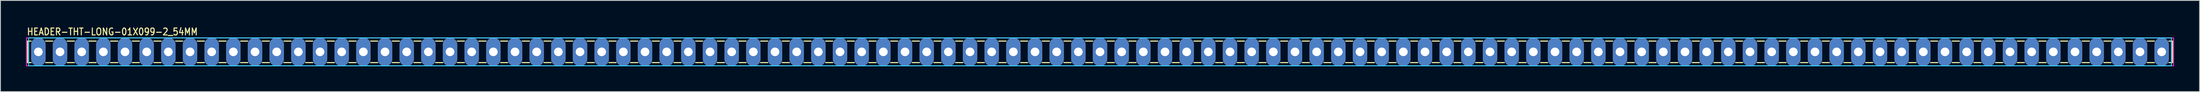
<source format=kicad_pcb>
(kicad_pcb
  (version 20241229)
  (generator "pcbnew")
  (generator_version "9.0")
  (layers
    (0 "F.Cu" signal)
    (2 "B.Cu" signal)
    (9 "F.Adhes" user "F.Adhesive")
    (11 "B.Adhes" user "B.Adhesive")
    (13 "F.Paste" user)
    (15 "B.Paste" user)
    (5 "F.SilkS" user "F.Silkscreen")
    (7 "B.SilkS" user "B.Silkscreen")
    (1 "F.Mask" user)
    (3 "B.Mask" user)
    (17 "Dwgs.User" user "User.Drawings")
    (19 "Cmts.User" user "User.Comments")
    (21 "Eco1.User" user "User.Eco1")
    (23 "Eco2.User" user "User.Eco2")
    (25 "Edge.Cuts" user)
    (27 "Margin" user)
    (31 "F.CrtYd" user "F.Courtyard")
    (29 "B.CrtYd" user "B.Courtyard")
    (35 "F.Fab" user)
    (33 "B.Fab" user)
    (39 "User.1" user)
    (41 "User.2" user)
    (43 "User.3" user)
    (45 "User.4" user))
  (footprint "HEADER-THT-LONG-01X099-2_54MM"
    (layer "F.Cu")
    (at 1.447 3.079)
    (property "Reference" "HEADER-THT-LONG-01X099-2_54MM" (at -1.4 -1.9 0) (unlocked yes) (layer "F.SilkS") (effects (font (size 0.813 0.695) (thickness 0.122)) (justify left bottom)))
    (fp_line (start -1.27 -1.27) (end -1.27 1.27) (stroke (width 0.127) (type solid)) (layer "F.SilkS"))
    (fp_line (start -1.27 1.27) (end -0.85 1.27) (stroke (width 0.127) (type solid)) (layer "F.SilkS"))
    (fp_line (start -0.85 -1.27) (end -1.27 -1.27) (stroke (width 0.127) (type solid)) (layer "F.SilkS"))
    (fp_line (start 0.85 -1.27) (end 1.69 -1.27) (stroke (width 0.127) (type solid)) (layer "F.SilkS"))
    (fp_line (start 0.85 1.27) (end 1.69 1.27) (stroke (width 0.127) (type solid)) (layer "F.SilkS"))
    (fp_line (start 3.39 -1.27) (end 4.23 -1.27) (stroke (width 0.127) (type solid)) (layer "F.SilkS"))
    (fp_line (start 3.39 1.27) (end 4.23 1.27) (stroke (width 0.127) (type solid)) (layer "F.SilkS"))
    (fp_line (start 5.93 -1.27) (end 6.77 -1.27) (stroke (width 0.127) (type solid)) (layer "F.SilkS"))
    (fp_line (start 5.93 1.27) (end 6.77 1.27) (stroke (width 0.127) (type solid)) (layer "F.SilkS"))
    (fp_line (start 8.47 -1.27) (end 9.31 -1.27) (stroke (width 0.127) (type solid)) (layer "F.SilkS"))
    (fp_line (start 8.47 1.27) (end 9.31 1.27) (stroke (width 0.127) (type solid)) (layer "F.SilkS"))
    (fp_line (start 11.01 -1.27) (end 11.85 -1.27) (stroke (width 0.127) (type solid)) (layer "F.SilkS"))
    (fp_line (start 11.01 1.27) (end 11.85 1.27) (stroke (width 0.127) (type solid)) (layer "F.SilkS"))
    (fp_line (start 13.55 -1.27) (end 14.39 -1.27) (stroke (width 0.127) (type solid)) (layer "F.SilkS"))
    (fp_line (start 13.55 1.27) (end 14.39 1.27) (stroke (width 0.127) (type solid)) (layer "F.SilkS"))
    (fp_line (start 16.09 -1.27) (end 16.93 -1.27) (stroke (width 0.127) (type solid)) (layer "F.SilkS"))
    (fp_line (start 16.09 1.27) (end 16.93 1.27) (stroke (width 0.127) (type solid)) (layer "F.SilkS"))
    (fp_line (start 18.63 -1.27) (end 19.47 -1.27) (stroke (width 0.127) (type solid)) (layer "F.SilkS"))
    (fp_line (start 18.63 1.27) (end 19.47 1.27) (stroke (width 0.127) (type solid)) (layer "F.SilkS"))
    (fp_line (start 21.17 -1.27) (end 22.01 -1.27) (stroke (width 0.127) (type solid)) (layer "F.SilkS"))
    (fp_line (start 21.17 1.27) (end 22.01 1.27) (stroke (width 0.127) (type solid)) (layer "F.SilkS"))
    (fp_line (start 23.71 -1.27) (end 24.55 -1.27) (stroke (width 0.127) (type solid)) (layer "F.SilkS"))
    (fp_line (start 23.71 1.27) (end 24.55 1.27) (stroke (width 0.127) (type solid)) (layer "F.SilkS"))
    (fp_line (start 26.25 -1.27) (end 27.09 -1.27) (stroke (width 0.127) (type solid)) (layer "F.SilkS"))
    (fp_line (start 26.25 1.27) (end 27.09 1.27) (stroke (width 0.127) (type solid)) (layer "F.SilkS"))
    (fp_line (start 28.79 -1.27) (end 29.63 -1.27) (stroke (width 0.127) (type solid)) (layer "F.SilkS"))
    (fp_line (start 28.79 1.27) (end 29.63 1.27) (stroke (width 0.127) (type solid)) (layer "F.SilkS"))
    (fp_line (start 31.33 -1.27) (end 32.17 -1.27) (stroke (width 0.127) (type solid)) (layer "F.SilkS"))
    (fp_line (start 31.33 1.27) (end 32.17 1.27) (stroke (width 0.127) (type solid)) (layer "F.SilkS"))
    (fp_line (start 33.87 -1.27) (end 34.71 -1.27) (stroke (width 0.127) (type solid)) (layer "F.SilkS"))
    (fp_line (start 33.87 1.27) (end 34.71 1.27) (stroke (width 0.127) (type solid)) (layer "F.SilkS"))
    (fp_line (start 36.41 -1.27) (end 37.25 -1.27) (stroke (width 0.127) (type solid)) (layer "F.SilkS"))
    (fp_line (start 36.41 1.27) (end 37.25 1.27) (stroke (width 0.127) (type solid)) (layer "F.SilkS"))
    (fp_line (start 38.95 -1.27) (end 39.79 -1.27) (stroke (width 0.127) (type solid)) (layer "F.SilkS"))
    (fp_line (start 38.95 1.27) (end 39.79 1.27) (stroke (width 0.127) (type solid)) (layer "F.SilkS"))
    (fp_line (start 41.49 -1.27) (end 42.33 -1.27) (stroke (width 0.127) (type solid)) (layer "F.SilkS"))
    (fp_line (start 41.49 1.27) (end 42.33 1.27) (stroke (width 0.127) (type solid)) (layer "F.SilkS"))
    (fp_line (start 44.03 -1.27) (end 44.87 -1.27) (stroke (width 0.127) (type solid)) (layer "F.SilkS"))
    (fp_line (start 44.03 1.27) (end 44.87 1.27) (stroke (width 0.127) (type solid)) (layer "F.SilkS"))
    (fp_line (start 46.57 -1.27) (end 47.41 -1.27) (stroke (width 0.127) (type solid)) (layer "F.SilkS"))
    (fp_line (start 46.57 1.27) (end 47.41 1.27) (stroke (width 0.127) (type solid)) (layer "F.SilkS"))
    (fp_line (start 49.11 -1.27) (end 49.95 -1.27) (stroke (width 0.127) (type solid)) (layer "F.SilkS"))
    (fp_line (start 49.11 1.27) (end 49.95 1.27) (stroke (width 0.127) (type solid)) (layer "F.SilkS"))
    (fp_line (start 51.65 -1.27) (end 52.49 -1.27) (stroke (width 0.127) (type solid)) (layer "F.SilkS"))
    (fp_line (start 51.65 1.27) (end 52.49 1.27) (stroke (width 0.127) (type solid)) (layer "F.SilkS"))
    (fp_line (start 54.19 -1.27) (end 55.03 -1.27) (stroke (width 0.127) (type solid)) (layer "F.SilkS"))
    (fp_line (start 54.19 1.27) (end 55.03 1.27) (stroke (width 0.127) (type solid)) (layer "F.SilkS"))
    (fp_line (start 56.73 -1.27) (end 57.57 -1.27) (stroke (width 0.127) (type solid)) (layer "F.SilkS"))
    (fp_line (start 56.73 1.27) (end 57.57 1.27) (stroke (width 0.127) (type solid)) (layer "F.SilkS"))
    (fp_line (start 59.27 -1.27) (end 60.11 -1.27) (stroke (width 0.127) (type solid)) (layer "F.SilkS"))
    (fp_line (start 59.27 1.27) (end 60.11 1.27) (stroke (width 0.127) (type solid)) (layer "F.SilkS"))
    (fp_line (start 61.81 -1.27) (end 62.65 -1.27) (stroke (width 0.127) (type solid)) (layer "F.SilkS"))
    (fp_line (start 61.81 1.27) (end 62.65 1.27) (stroke (width 0.127) (type solid)) (layer "F.SilkS"))
    (fp_line (start 64.35 -1.27) (end 65.19 -1.27) (stroke (width 0.127) (type solid)) (layer "F.SilkS"))
    (fp_line (start 64.35 1.27) (end 65.19 1.27) (stroke (width 0.127) (type solid)) (layer "F.SilkS"))
    (fp_line (start 66.89 -1.27) (end 67.73 -1.27) (stroke (width 0.127) (type solid)) (layer "F.SilkS"))
    (fp_line (start 66.89 1.27) (end 67.73 1.27) (stroke (width 0.127) (type solid)) (layer "F.SilkS"))
    (fp_line (start 69.43 -1.27) (end 70.27 -1.27) (stroke (width 0.127) (type solid)) (layer "F.SilkS"))
    (fp_line (start 69.43 1.27) (end 70.27 1.27) (stroke (width 0.127) (type solid)) (layer "F.SilkS"))
    (fp_line (start 71.97 -1.27) (end 72.81 -1.27) (stroke (width 0.127) (type solid)) (layer "F.SilkS"))
    (fp_line (start 71.97 1.27) (end 72.81 1.27) (stroke (width 0.127) (type solid)) (layer "F.SilkS"))
    (fp_line (start 74.51 -1.27) (end 75.35 -1.27) (stroke (width 0.127) (type solid)) (layer "F.SilkS"))
    (fp_line (start 74.51 1.27) (end 75.35 1.27) (stroke (width 0.127) (type solid)) (layer "F.SilkS"))
    (fp_line (start 77.05 -1.27) (end 77.89 -1.27) (stroke (width 0.127) (type solid)) (layer "F.SilkS"))
    (fp_line (start 77.05 1.27) (end 77.89 1.27) (stroke (width 0.127) (type solid)) (layer "F.SilkS"))
    (fp_line (start 79.59 -1.27) (end 80.43 -1.27) (stroke (width 0.127) (type solid)) (layer "F.SilkS"))
    (fp_line (start 79.59 1.27) (end 80.43 1.27) (stroke (width 0.127) (type solid)) (layer "F.SilkS"))
    (fp_line (start 82.13 -1.27) (end 82.97 -1.27) (stroke (width 0.127) (type solid)) (layer "F.SilkS"))
    (fp_line (start 82.13 1.27) (end 82.97 1.27) (stroke (width 0.127) (type solid)) (layer "F.SilkS"))
    (fp_line (start 84.67 -1.27) (end 85.51 -1.27) (stroke (width 0.127) (type solid)) (layer "F.SilkS"))
    (fp_line (start 84.67 1.27) (end 85.51 1.27) (stroke (width 0.127) (type solid)) (layer "F.SilkS"))
    (fp_line (start 87.21 -1.27) (end 88.05 -1.27) (stroke (width 0.127) (type solid)) (layer "F.SilkS"))
    (fp_line (start 87.21 1.27) (end 88.05 1.27) (stroke (width 0.127) (type solid)) (layer "F.SilkS"))
    (fp_line (start 89.75 -1.27) (end 90.59 -1.27) (stroke (width 0.127) (type solid)) (layer "F.SilkS"))
    (fp_line (start 89.75 1.27) (end 90.59 1.27) (stroke (width 0.127) (type solid)) (layer "F.SilkS"))
    (fp_line (start 92.29 -1.27) (end 93.13 -1.27) (stroke (width 0.127) (type solid)) (layer "F.SilkS"))
    (fp_line (start 92.29 1.27) (end 93.13 1.27) (stroke (width 0.127) (type solid)) (layer "F.SilkS"))
    (fp_line (start 94.83 -1.27) (end 95.67 -1.27) (stroke (width 0.127) (type solid)) (layer "F.SilkS"))
    (fp_line (start 94.83 1.27) (end 95.67 1.27) (stroke (width 0.127) (type solid)) (layer "F.SilkS"))
    (fp_line (start 97.37 -1.27) (end 98.21 -1.27) (stroke (width 0.127) (type solid)) (layer "F.SilkS"))
    (fp_line (start 97.37 1.27) (end 98.21 1.27) (stroke (width 0.127) (type solid)) (layer "F.SilkS"))
    (fp_line (start 99.91 -1.27) (end 100.75 -1.27) (stroke (width 0.127) (type solid)) (layer "F.SilkS"))
    (fp_line (start 99.91 1.27) (end 100.75 1.27) (stroke (width 0.127) (type solid)) (layer "F.SilkS"))
    (fp_line (start 102.45 -1.27) (end 103.29 -1.27) (stroke (width 0.127) (type solid)) (layer "F.SilkS"))
    (fp_line (start 102.45 1.27) (end 103.29 1.27) (stroke (width 0.127) (type solid)) (layer "F.SilkS"))
    (fp_line (start 104.99 -1.27) (end 105.83 -1.27) (stroke (width 0.127) (type solid)) (layer "F.SilkS"))
    (fp_line (start 104.99 1.27) (end 105.83 1.27) (stroke (width 0.127) (type solid)) (layer "F.SilkS"))
    (fp_line (start 107.53 -1.27) (end 108.37 -1.27) (stroke (width 0.127) (type solid)) (layer "F.SilkS"))
    (fp_line (start 107.53 1.27) (end 108.37 1.27) (stroke (width 0.127) (type solid)) (layer "F.SilkS"))
    (fp_line (start 110.07 -1.27) (end 110.91 -1.27) (stroke (width 0.127) (type solid)) (layer "F.SilkS"))
    (fp_line (start 110.07 1.27) (end 110.91 1.27) (stroke (width 0.127) (type solid)) (layer "F.SilkS"))
    (fp_line (start 112.61 -1.27) (end 113.45 -1.27) (stroke (width 0.127) (type solid)) (layer "F.SilkS"))
    (fp_line (start 112.61 1.27) (end 113.45 1.27) (stroke (width 0.127) (type solid)) (layer "F.SilkS"))
    (fp_line (start 115.15 -1.27) (end 115.99 -1.27) (stroke (width 0.127) (type solid)) (layer "F.SilkS"))
    (fp_line (start 115.15 1.27) (end 115.99 1.27) (stroke (width 0.127) (type solid)) (layer "F.SilkS"))
    (fp_line (start 117.69 -1.27) (end 118.53 -1.27) (stroke (width 0.127) (type solid)) (layer "F.SilkS"))
    (fp_line (start 117.69 1.27) (end 118.53 1.27) (stroke (width 0.127) (type solid)) (layer "F.SilkS"))
    (fp_line (start 120.23 -1.27) (end 121.07 -1.27) (stroke (width 0.127) (type solid)) (layer "F.SilkS"))
    (fp_line (start 120.23 1.27) (end 121.07 1.27) (stroke (width 0.127) (type solid)) (layer "F.SilkS"))
    (fp_line (start 122.77 -1.27) (end 123.61 -1.27) (stroke (width 0.127) (type solid)) (layer "F.SilkS"))
    (fp_line (start 122.77 1.27) (end 123.61 1.27) (stroke (width 0.127) (type solid)) (layer "F.SilkS"))
    (fp_line (start 125.31 -1.27) (end 126.15 -1.27) (stroke (width 0.127) (type solid)) (layer "F.SilkS"))
    (fp_line (start 125.31 1.27) (end 126.15 1.27) (stroke (width 0.127) (type solid)) (layer "F.SilkS"))
    (fp_line (start 127.85 -1.27) (end 128.69 -1.27) (stroke (width 0.127) (type solid)) (layer "F.SilkS"))
    (fp_line (start 127.85 1.27) (end 128.69 1.27) (stroke (width 0.127) (type solid)) (layer "F.SilkS"))
    (fp_line (start 130.39 -1.27) (end 131.23 -1.27) (stroke (width 0.127) (type solid)) (layer "F.SilkS"))
    (fp_line (start 130.39 1.27) (end 131.23 1.27) (stroke (width 0.127) (type solid)) (layer "F.SilkS"))
    (fp_line (start 132.93 -1.27) (end 133.77 -1.27) (stroke (width 0.127) (type solid)) (layer "F.SilkS"))
    (fp_line (start 132.93 1.27) (end 133.77 1.27) (stroke (width 0.127) (type solid)) (layer "F.SilkS"))
    (fp_line (start 135.47 -1.27) (end 136.31 -1.27) (stroke (width 0.127) (type solid)) (layer "F.SilkS"))
    (fp_line (start 135.47 1.27) (end 136.31 1.27) (stroke (width 0.127) (type solid)) (layer "F.SilkS"))
    (fp_line (start 138.01 -1.27) (end 138.85 -1.27) (stroke (width 0.127) (type solid)) (layer "F.SilkS"))
    (fp_line (start 138.01 1.27) (end 138.85 1.27) (stroke (width 0.127) (type solid)) (layer "F.SilkS"))
    (fp_line (start 140.55 -1.27) (end 141.39 -1.27) (stroke (width 0.127) (type solid)) (layer "F.SilkS"))
    (fp_line (start 140.55 1.27) (end 141.39 1.27) (stroke (width 0.127) (type solid)) (layer "F.SilkS"))
    (fp_line (start 143.09 -1.27) (end 143.93 -1.27) (stroke (width 0.127) (type solid)) (layer "F.SilkS"))
    (fp_line (start 143.09 1.27) (end 143.93 1.27) (stroke (width 0.127) (type solid)) (layer "F.SilkS"))
    (fp_line (start 145.63 -1.27) (end 146.47 -1.27) (stroke (width 0.127) (type solid)) (layer "F.SilkS"))
    (fp_line (start 145.63 1.27) (end 146.47 1.27) (stroke (width 0.127) (type solid)) (layer "F.SilkS"))
    (fp_line (start 148.17 -1.27) (end 149.01 -1.27) (stroke (width 0.127) (type solid)) (layer "F.SilkS"))
    (fp_line (start 148.17 1.27) (end 149.01 1.27) (stroke (width 0.127) (type solid)) (layer "F.SilkS"))
    (fp_line (start 150.71 -1.27) (end 151.55 -1.27) (stroke (width 0.127) (type solid)) (layer "F.SilkS"))
    (fp_line (start 150.71 1.27) (end 151.55 1.27) (stroke (width 0.127) (type solid)) (layer "F.SilkS"))
    (fp_line (start 153.25 -1.27) (end 154.09 -1.27) (stroke (width 0.127) (type solid)) (layer "F.SilkS"))
    (fp_line (start 153.25 1.27) (end 154.09 1.27) (stroke (width 0.127) (type solid)) (layer "F.SilkS"))
    (fp_line (start 155.79 -1.27) (end 156.63 -1.27) (stroke (width 0.127) (type solid)) (layer "F.SilkS"))
    (fp_line (start 155.79 1.27) (end 156.63 1.27) (stroke (width 0.127) (type solid)) (layer "F.SilkS"))
    (fp_line (start 158.33 -1.27) (end 159.17 -1.27) (stroke (width 0.127) (type solid)) (layer "F.SilkS"))
    (fp_line (start 158.33 1.27) (end 159.17 1.27) (stroke (width 0.127) (type solid)) (layer "F.SilkS"))
    (fp_line (start 160.87 -1.27) (end 161.71 -1.27) (stroke (width 0.127) (type solid)) (layer "F.SilkS"))
    (fp_line (start 160.87 1.27) (end 161.71 1.27) (stroke (width 0.127) (type solid)) (layer "F.SilkS"))
    (fp_line (start 163.41 -1.27) (end 164.25 -1.27) (stroke (width 0.127) (type solid)) (layer "F.SilkS"))
    (fp_line (start 163.41 1.27) (end 164.25 1.27) (stroke (width 0.127) (type solid)) (layer "F.SilkS"))
    (fp_line (start 165.95 -1.27) (end 166.79 -1.27) (stroke (width 0.127) (type solid)) (layer "F.SilkS"))
    (fp_line (start 165.95 1.27) (end 166.79 1.27) (stroke (width 0.127) (type solid)) (layer "F.SilkS"))
    (fp_line (start 168.49 -1.27) (end 169.33 -1.27) (stroke (width 0.127) (type solid)) (layer "F.SilkS"))
    (fp_line (start 168.49 1.27) (end 169.33 1.27) (stroke (width 0.127) (type solid)) (layer "F.SilkS"))
    (fp_line (start 171.03 -1.27) (end 171.87 -1.27) (stroke (width 0.127) (type solid)) (layer "F.SilkS"))
    (fp_line (start 171.03 1.27) (end 171.87 1.27) (stroke (width 0.127) (type solid)) (layer "F.SilkS"))
    (fp_line (start 173.57 -1.27) (end 174.41 -1.27) (stroke (width 0.127) (type solid)) (layer "F.SilkS"))
    (fp_line (start 173.57 1.27) (end 174.41 1.27) (stroke (width 0.127) (type solid)) (layer "F.SilkS"))
    (fp_line (start 176.11 -1.27) (end 176.95 -1.27) (stroke (width 0.127) (type solid)) (layer "F.SilkS"))
    (fp_line (start 176.11 1.27) (end 176.95 1.27) (stroke (width 0.127) (type solid)) (layer "F.SilkS"))
    (fp_line (start 178.65 -1.27) (end 179.49 -1.27) (stroke (width 0.127) (type solid)) (layer "F.SilkS"))
    (fp_line (start 178.65 1.27) (end 179.49 1.27) (stroke (width 0.127) (type solid)) (layer "F.SilkS"))
    (fp_line (start 181.19 -1.27) (end 182.03 -1.27) (stroke (width 0.127) (type solid)) (layer "F.SilkS"))
    (fp_line (start 181.19 1.27) (end 182.03 1.27) (stroke (width 0.127) (type solid)) (layer "F.SilkS"))
    (fp_line (start 183.73 -1.27) (end 184.57 -1.27) (stroke (width 0.127) (type solid)) (layer "F.SilkS"))
    (fp_line (start 183.73 1.27) (end 184.57 1.27) (stroke (width 0.127) (type solid)) (layer "F.SilkS"))
    (fp_line (start 186.27 -1.27) (end 187.11 -1.27) (stroke (width 0.127) (type solid)) (layer "F.SilkS"))
    (fp_line (start 186.27 1.27) (end 187.11 1.27) (stroke (width 0.127) (type solid)) (layer "F.SilkS"))
    (fp_line (start 188.81 -1.27) (end 189.65 -1.27) (stroke (width 0.127) (type solid)) (layer "F.SilkS"))
    (fp_line (start 188.81 1.27) (end 189.65 1.27) (stroke (width 0.127) (type solid)) (layer "F.SilkS"))
    (fp_line (start 191.35 -1.27) (end 192.19 -1.27) (stroke (width 0.127) (type solid)) (layer "F.SilkS"))
    (fp_line (start 191.35 1.27) (end 192.19 1.27) (stroke (width 0.127) (type solid)) (layer "F.SilkS"))
    (fp_line (start 193.89 -1.27) (end 194.73 -1.27) (stroke (width 0.127) (type solid)) (layer "F.SilkS"))
    (fp_line (start 193.89 1.27) (end 194.73 1.27) (stroke (width 0.127) (type solid)) (layer "F.SilkS"))
    (fp_line (start 196.43 -1.27) (end 197.27 -1.27) (stroke (width 0.127) (type solid)) (layer "F.SilkS"))
    (fp_line (start 196.43 1.27) (end 197.27 1.27) (stroke (width 0.127) (type solid)) (layer "F.SilkS"))
    (fp_line (start 198.97 -1.27) (end 199.81 -1.27) (stroke (width 0.127) (type solid)) (layer "F.SilkS"))
    (fp_line (start 198.97 1.27) (end 199.81 1.27) (stroke (width 0.127) (type solid)) (layer "F.SilkS"))
    (fp_line (start 201.51 -1.27) (end 202.35 -1.27) (stroke (width 0.127) (type solid)) (layer "F.SilkS"))
    (fp_line (start 201.51 1.27) (end 202.35 1.27) (stroke (width 0.127) (type solid)) (layer "F.SilkS"))
    (fp_line (start 204.05 -1.27) (end 204.89 -1.27) (stroke (width 0.127) (type solid)) (layer "F.SilkS"))
    (fp_line (start 204.05 1.27) (end 204.89 1.27) (stroke (width 0.127) (type solid)) (layer "F.SilkS"))
    (fp_line (start 206.59 -1.27) (end 207.43 -1.27) (stroke (width 0.127) (type solid)) (layer "F.SilkS"))
    (fp_line (start 206.59 1.27) (end 207.43 1.27) (stroke (width 0.127) (type solid)) (layer "F.SilkS"))
    (fp_line (start 209.13 -1.27) (end 209.97 -1.27) (stroke (width 0.127) (type solid)) (layer "F.SilkS"))
    (fp_line (start 209.13 1.27) (end 209.97 1.27) (stroke (width 0.127) (type solid)) (layer "F.SilkS"))
    (fp_line (start 211.67 -1.27) (end 212.51 -1.27) (stroke (width 0.127) (type solid)) (layer "F.SilkS"))
    (fp_line (start 211.67 1.27) (end 212.51 1.27) (stroke (width 0.127) (type solid)) (layer "F.SilkS"))
    (fp_line (start 214.21 -1.27) (end 215.05 -1.27) (stroke (width 0.127) (type solid)) (layer "F.SilkS"))
    (fp_line (start 214.21 1.27) (end 215.05 1.27) (stroke (width 0.127) (type solid)) (layer "F.SilkS"))
    (fp_line (start 216.75 -1.27) (end 217.59 -1.27) (stroke (width 0.127) (type solid)) (layer "F.SilkS"))
    (fp_line (start 216.75 1.27) (end 217.59 1.27) (stroke (width 0.127) (type solid)) (layer "F.SilkS"))
    (fp_line (start 219.29 -1.27) (end 220.13 -1.27) (stroke (width 0.127) (type solid)) (layer "F.SilkS"))
    (fp_line (start 219.29 1.27) (end 220.13 1.27) (stroke (width 0.127) (type solid)) (layer "F.SilkS"))
    (fp_line (start 221.83 -1.27) (end 222.67 -1.27) (stroke (width 0.127) (type solid)) (layer "F.SilkS"))
    (fp_line (start 221.83 1.27) (end 222.67 1.27) (stroke (width 0.127) (type solid)) (layer "F.SilkS"))
    (fp_line (start 224.37 -1.27) (end 225.21 -1.27) (stroke (width 0.127) (type solid)) (layer "F.SilkS"))
    (fp_line (start 224.37 1.27) (end 225.21 1.27) (stroke (width 0.127) (type solid)) (layer "F.SilkS"))
    (fp_line (start 226.91 -1.27) (end 227.75 -1.27) (stroke (width 0.127) (type solid)) (layer "F.SilkS"))
    (fp_line (start 226.91 1.27) (end 227.75 1.27) (stroke (width 0.127) (type solid)) (layer "F.SilkS"))
    (fp_line (start 229.45 -1.27) (end 230.29 -1.27) (stroke (width 0.127) (type solid)) (layer "F.SilkS"))
    (fp_line (start 229.45 1.27) (end 230.29 1.27) (stroke (width 0.127) (type solid)) (layer "F.SilkS"))
    (fp_line (start 231.99 -1.27) (end 232.83 -1.27) (stroke (width 0.127) (type solid)) (layer "F.SilkS"))
    (fp_line (start 231.99 1.27) (end 232.83 1.27) (stroke (width 0.127) (type solid)) (layer "F.SilkS"))
    (fp_line (start 234.53 -1.27) (end 235.37 -1.27) (stroke (width 0.127) (type solid)) (layer "F.SilkS"))
    (fp_line (start 234.53 1.27) (end 235.37 1.27) (stroke (width 0.127) (type solid)) (layer "F.SilkS"))
    (fp_line (start 237.07 -1.27) (end 237.91 -1.27) (stroke (width 0.127) (type solid)) (layer "F.SilkS"))
    (fp_line (start 237.07 1.27) (end 237.91 1.27) (stroke (width 0.127) (type solid)) (layer "F.SilkS"))
    (fp_line (start 239.61 -1.27) (end 240.45 -1.27) (stroke (width 0.127) (type solid)) (layer "F.SilkS"))
    (fp_line (start 239.61 1.27) (end 240.45 1.27) (stroke (width 0.127) (type solid)) (layer "F.SilkS"))
    (fp_line (start 242.15 -1.27) (end 242.99 -1.27) (stroke (width 0.127) (type solid)) (layer "F.SilkS"))
    (fp_line (start 242.15 1.27) (end 242.99 1.27) (stroke (width 0.127) (type solid)) (layer "F.SilkS"))
    (fp_line (start 244.69 -1.27) (end 245.53 -1.27) (stroke (width 0.127) (type solid)) (layer "F.SilkS"))
    (fp_line (start 244.69 1.27) (end 245.53 1.27) (stroke (width 0.127) (type solid)) (layer "F.SilkS"))
    (fp_line (start 247.23 -1.27) (end 248.07 -1.27) (stroke (width 0.127) (type solid)) (layer "F.SilkS"))
    (fp_line (start 247.23 1.27) (end 248.07 1.27) (stroke (width 0.127) (type solid)) (layer "F.SilkS"))
    (fp_line (start 249.77 -1.27) (end 250.19 -1.27) (stroke (width 0.127) (type solid)) (layer "F.SilkS"))
    (fp_line (start 250.19 -1.27) (end 250.19 1.27) (stroke (width 0.127) (type solid)) (layer "F.SilkS"))
    (fp_line (start 250.19 1.27) (end 249.77 1.27) (stroke (width 0.127) (type solid)) (layer "F.SilkS"))
    (fp_poly (pts (xy -1.143 -1.651) (xy 250.063 -1.651) (xy 250.063 1.651) (xy -1.143 1.651)) (stroke (width 0.1) (type solid)) (fill no) (layer "B.CrtYd"))
    (fp_poly (pts (xy -1.397 -1.651) (xy 250.317 -1.651) (xy 250.317 1.651) (xy -1.397 1.651)) (stroke (width 0.1) (type solid)) (fill no) (layer "F.CrtYd"))
    (pad "P$1" thru_hole oval (at 0 0 90) (size 3.387 1.693) (drill 1.016) (layers "*.Cu" "*.Mask"))
    (pad "P$2" thru_hole oval (at 2.54 0 90) (size 3.387 1.693) (drill 1.016) (layers "*.Cu" "*.Mask"))
    (pad "P$3" thru_hole oval (at 5.08 0 90) (size 3.387 1.693) (drill 1.016) (layers "*.Cu" "*.Mask"))
    (pad "P$4" thru_hole oval (at 7.62 0 90) (size 3.387 1.693) (drill 1.016) (layers "*.Cu" "*.Mask"))
    (pad "P$5" thru_hole oval (at 10.16 0 90) (size 3.387 1.693) (drill 1.016) (layers "*.Cu" "*.Mask"))
    (pad "P$6" thru_hole oval (at 12.7 0 90) (size 3.387 1.693) (drill 1.016) (layers "*.Cu" "*.Mask"))
    (pad "P$7" thru_hole oval (at 15.24 0 90) (size 3.387 1.693) (drill 1.016) (layers "*.Cu" "*.Mask"))
    (pad "P$8" thru_hole oval (at 17.78 0 90) (size 3.387 1.693) (drill 1.016) (layers "*.Cu" "*.Mask"))
    (pad "P$9" thru_hole oval (at 20.32 0 90) (size 3.387 1.693) (drill 1.016) (layers "*.Cu" "*.Mask"))
    (pad "P$10" thru_hole oval (at 22.86 0 90) (size 3.387 1.693) (drill 1.016) (layers "*.Cu" "*.Mask"))
    (pad "P$11" thru_hole oval (at 25.4 0 90) (size 3.387 1.693) (drill 1.016) (layers "*.Cu" "*.Mask"))
    (pad "P$12" thru_hole oval (at 27.94 0 90) (size 3.387 1.693) (drill 1.016) (layers "*.Cu" "*.Mask"))
    (pad "P$13" thru_hole oval (at 30.48 0 90) (size 3.387 1.693) (drill 1.016) (layers "*.Cu" "*.Mask"))
    (pad "P$14" thru_hole oval (at 33.02 0 90) (size 3.387 1.693) (drill 1.016) (layers "*.Cu" "*.Mask"))
    (pad "P$15" thru_hole oval (at 35.56 0 90) (size 3.387 1.693) (drill 1.016) (layers "*.Cu" "*.Mask"))
    (pad "P$16" thru_hole oval (at 38.1 0 90) (size 3.387 1.693) (drill 1.016) (layers "*.Cu" "*.Mask"))
    (pad "P$17" thru_hole oval (at 40.64 0 90) (size 3.387 1.693) (drill 1.016) (layers "*.Cu" "*.Mask"))
    (pad "P$18" thru_hole oval (at 43.18 0 90) (size 3.387 1.693) (drill 1.016) (layers "*.Cu" "*.Mask"))
    (pad "P$19" thru_hole oval (at 45.72 0 90) (size 3.387 1.693) (drill 1.016) (layers "*.Cu" "*.Mask"))
    (pad "P$20" thru_hole oval (at 48.26 0 90) (size 3.387 1.693) (drill 1.016) (layers "*.Cu" "*.Mask"))
    (pad "P$21" thru_hole oval (at 50.8 0 90) (size 3.387 1.693) (drill 1.016) (layers "*.Cu" "*.Mask"))
    (pad "P$22" thru_hole oval (at 53.34 0 90) (size 3.387 1.693) (drill 1.016) (layers "*.Cu" "*.Mask"))
    (pad "P$23" thru_hole oval (at 55.88 0 90) (size 3.387 1.693) (drill 1.016) (layers "*.Cu" "*.Mask"))
    (pad "P$24" thru_hole oval (at 58.42 0 90) (size 3.387 1.693) (drill 1.016) (layers "*.Cu" "*.Mask"))
    (pad "P$25" thru_hole oval (at 60.96 0 90) (size 3.387 1.693) (drill 1.016) (layers "*.Cu" "*.Mask"))
    (pad "P$26" thru_hole oval (at 63.5 0 90) (size 3.387 1.693) (drill 1.016) (layers "*.Cu" "*.Mask"))
    (pad "P$27" thru_hole oval (at 66.04 0 90) (size 3.387 1.693) (drill 1.016) (layers "*.Cu" "*.Mask"))
    (pad "P$28" thru_hole oval (at 68.58 0 90) (size 3.387 1.693) (drill 1.016) (layers "*.Cu" "*.Mask"))
    (pad "P$29" thru_hole oval (at 71.12 0 90) (size 3.387 1.693) (drill 1.016) (layers "*.Cu" "*.Mask"))
    (pad "P$30" thru_hole oval (at 73.66 0 90) (size 3.387 1.693) (drill 1.016) (layers "*.Cu" "*.Mask"))
    (pad "P$31" thru_hole oval (at 76.2 0 90) (size 3.387 1.693) (drill 1.016) (layers "*.Cu" "*.Mask"))
    (pad "P$32" thru_hole oval (at 78.74 0 90) (size 3.387 1.693) (drill 1.016) (layers "*.Cu" "*.Mask"))
    (pad "P$33" thru_hole oval (at 81.28 0 90) (size 3.387 1.693) (drill 1.016) (layers "*.Cu" "*.Mask"))
    (pad "P$34" thru_hole oval (at 83.82 0 90) (size 3.387 1.693) (drill 1.016) (layers "*.Cu" "*.Mask"))
    (pad "P$35" thru_hole oval (at 86.36 0 90) (size 3.387 1.693) (drill 1.016) (layers "*.Cu" "*.Mask"))
    (pad "P$36" thru_hole oval (at 88.9 0 90) (size 3.387 1.693) (drill 1.016) (layers "*.Cu" "*.Mask"))
    (pad "P$37" thru_hole oval (at 91.44 0 90) (size 3.387 1.693) (drill 1.016) (layers "*.Cu" "*.Mask"))
    (pad "P$38" thru_hole oval (at 93.98 0 90) (size 3.387 1.693) (drill 1.016) (layers "*.Cu" "*.Mask"))
    (pad "P$39" thru_hole oval (at 96.52 0 90) (size 3.387 1.693) (drill 1.016) (layers "*.Cu" "*.Mask"))
    (pad "P$40" thru_hole oval (at 99.06 0 90) (size 3.387 1.693) (drill 1.016) (layers "*.Cu" "*.Mask"))
    (pad "P$41" thru_hole oval (at 101.6 0 90) (size 3.387 1.693) (drill 1.016) (layers "*.Cu" "*.Mask"))
    (pad "P$42" thru_hole oval (at 104.14 0 90) (size 3.387 1.693) (drill 1.016) (layers "*.Cu" "*.Mask"))
    (pad "P$43" thru_hole oval (at 106.68 0 90) (size 3.387 1.693) (drill 1.016) (layers "*.Cu" "*.Mask"))
    (pad "P$44" thru_hole oval (at 109.22 0 90) (size 3.387 1.693) (drill 1.016) (layers "*.Cu" "*.Mask"))
    (pad "P$45" thru_hole oval (at 111.76 0 90) (size 3.387 1.693) (drill 1.016) (layers "*.Cu" "*.Mask"))
    (pad "P$46" thru_hole oval (at 114.3 0 90) (size 3.387 1.693) (drill 1.016) (layers "*.Cu" "*.Mask"))
    (pad "P$47" thru_hole oval (at 116.84 0 90) (size 3.387 1.693) (drill 1.016) (layers "*.Cu" "*.Mask"))
    (pad "P$48" thru_hole oval (at 119.38 0 90) (size 3.387 1.693) (drill 1.016) (layers "*.Cu" "*.Mask"))
    (pad "P$49" thru_hole oval (at 121.92 0 90) (size 3.387 1.693) (drill 1.016) (layers "*.Cu" "*.Mask"))
    (pad "P$50" thru_hole oval (at 124.46 0 90) (size 3.387 1.693) (drill 1.016) (layers "*.Cu" "*.Mask"))
    (pad "P$51" thru_hole oval (at 127 0 90) (size 3.387 1.693) (drill 1.016) (layers "*.Cu" "*.Mask"))
    (pad "P$52" thru_hole oval (at 129.54 0 90) (size 3.387 1.693) (drill 1.016) (layers "*.Cu" "*.Mask"))
    (pad "P$53" thru_hole oval (at 132.08 0 90) (size 3.387 1.693) (drill 1.016) (layers "*.Cu" "*.Mask"))
    (pad "P$54" thru_hole oval (at 134.62 0 90) (size 3.387 1.693) (drill 1.016) (layers "*.Cu" "*.Mask"))
    (pad "P$55" thru_hole oval (at 137.16 0 90) (size 3.387 1.693) (drill 1.016) (layers "*.Cu" "*.Mask"))
    (pad "P$56" thru_hole oval (at 139.7 0 90) (size 3.387 1.693) (drill 1.016) (layers "*.Cu" "*.Mask"))
    (pad "P$57" thru_hole oval (at 142.24 0 90) (size 3.387 1.693) (drill 1.016) (layers "*.Cu" "*.Mask"))
    (pad "P$58" thru_hole oval (at 144.78 0 90) (size 3.387 1.693) (drill 1.016) (layers "*.Cu" "*.Mask"))
    (pad "P$59" thru_hole oval (at 147.32 0 90) (size 3.387 1.693) (drill 1.016) (layers "*.Cu" "*.Mask"))
    (pad "P$60" thru_hole oval (at 149.86 0 90) (size 3.387 1.693) (drill 1.016) (layers "*.Cu" "*.Mask"))
    (pad "P$61" thru_hole oval (at 152.4 0 90) (size 3.387 1.693) (drill 1.016) (layers "*.Cu" "*.Mask"))
    (pad "P$62" thru_hole oval (at 154.94 0 90) (size 3.387 1.693) (drill 1.016) (layers "*.Cu" "*.Mask"))
    (pad "P$63" thru_hole oval (at 157.48 0 90) (size 3.387 1.693) (drill 1.016) (layers "*.Cu" "*.Mask"))
    (pad "P$64" thru_hole oval (at 160.02 0 90) (size 3.387 1.693) (drill 1.016) (layers "*.Cu" "*.Mask"))
    (pad "P$65" thru_hole oval (at 162.56 0 90) (size 3.387 1.693) (drill 1.016) (layers "*.Cu" "*.Mask"))
    (pad "P$66" thru_hole oval (at 165.1 0 90) (size 3.387 1.693) (drill 1.016) (layers "*.Cu" "*.Mask"))
    (pad "P$67" thru_hole oval (at 167.64 0 90) (size 3.387 1.693) (drill 1.016) (layers "*.Cu" "*.Mask"))
    (pad "P$68" thru_hole oval (at 170.18 0 90) (size 3.387 1.693) (drill 1.016) (layers "*.Cu" "*.Mask"))
    (pad "P$69" thru_hole oval (at 172.72 0 90) (size 3.387 1.693) (drill 1.016) (layers "*.Cu" "*.Mask"))
    (pad "P$70" thru_hole oval (at 175.26 0 90) (size 3.387 1.693) (drill 1.016) (layers "*.Cu" "*.Mask"))
    (pad "P$71" thru_hole oval (at 177.8 0 90) (size 3.387 1.693) (drill 1.016) (layers "*.Cu" "*.Mask"))
    (pad "P$72" thru_hole oval (at 180.34 0 90) (size 3.387 1.693) (drill 1.016) (layers "*.Cu" "*.Mask"))
    (pad "P$73" thru_hole oval (at 182.88 0 90) (size 3.387 1.693) (drill 1.016) (layers "*.Cu" "*.Mask"))
    (pad "P$74" thru_hole oval (at 185.42 0 90) (size 3.387 1.693) (drill 1.016) (layers "*.Cu" "*.Mask"))
    (pad "P$75" thru_hole oval (at 187.96 0 90) (size 3.387 1.693) (drill 1.016) (layers "*.Cu" "*.Mask"))
    (pad "P$76" thru_hole oval (at 190.5 0 90) (size 3.387 1.693) (drill 1.016) (layers "*.Cu" "*.Mask"))
    (pad "P$77" thru_hole oval (at 193.04 0 90) (size 3.387 1.693) (drill 1.016) (layers "*.Cu" "*.Mask"))
    (pad "P$78" thru_hole oval (at 195.58 0 90) (size 3.387 1.693) (drill 1.016) (layers "*.Cu" "*.Mask"))
    (pad "P$79" thru_hole oval (at 198.12 0 90) (size 3.387 1.693) (drill 1.016) (layers "*.Cu" "*.Mask"))
    (pad "P$80" thru_hole oval (at 200.66 0 90) (size 3.387 1.693) (drill 1.016) (layers "*.Cu" "*.Mask"))
    (pad "P$81" thru_hole oval (at 203.2 0 90) (size 3.387 1.693) (drill 1.016) (layers "*.Cu" "*.Mask"))
    (pad "P$82" thru_hole oval (at 205.74 0 90) (size 3.387 1.693) (drill 1.016) (layers "*.Cu" "*.Mask"))
    (pad "P$83" thru_hole oval (at 208.28 0 90) (size 3.387 1.693) (drill 1.016) (layers "*.Cu" "*.Mask"))
    (pad "P$84" thru_hole oval (at 210.82 0 90) (size 3.387 1.693) (drill 1.016) (layers "*.Cu" "*.Mask"))
    (pad "P$85" thru_hole oval (at 213.36 0 90) (size 3.387 1.693) (drill 1.016) (layers "*.Cu" "*.Mask"))
    (pad "P$86" thru_hole oval (at 215.9 0 90) (size 3.387 1.693) (drill 1.016) (layers "*.Cu" "*.Mask"))
    (pad "P$87" thru_hole oval (at 218.44 0 90) (size 3.387 1.693) (drill 1.016) (layers "*.Cu" "*.Mask"))
    (pad "P$88" thru_hole oval (at 220.98 0 90) (size 3.387 1.693) (drill 1.016) (layers "*.Cu" "*.Mask"))
    (pad "P$89" thru_hole oval (at 223.52 0 90) (size 3.387 1.693) (drill 1.016) (layers "*.Cu" "*.Mask"))
    (pad "P$90" thru_hole oval (at 226.06 0 90) (size 3.387 1.693) (drill 1.016) (layers "*.Cu" "*.Mask"))
    (pad "P$91" thru_hole oval (at 228.6 0 90) (size 3.387 1.693) (drill 1.016) (layers "*.Cu" "*.Mask"))
    (pad "P$92" thru_hole oval (at 231.14 0 90) (size 3.387 1.693) (drill 1.016) (layers "*.Cu" "*.Mask"))
    (pad "P$93" thru_hole oval (at 233.68 0 90) (size 3.387 1.693) (drill 1.016) (layers "*.Cu" "*.Mask"))
    (pad "P$94" thru_hole oval (at 236.22 0 90) (size 3.387 1.693) (drill 1.016) (layers "*.Cu" "*.Mask"))
    (pad "P$95" thru_hole oval (at 238.76 0 90) (size 3.387 1.693) (drill 1.016) (layers "*.Cu" "*.Mask"))
    (pad "P$96" thru_hole oval (at 241.3 0 90) (size 3.387 1.693) (drill 1.016) (layers "*.Cu" "*.Mask"))
    (pad "P$97" thru_hole oval (at 243.84 0 90) (size 3.387 1.693) (drill 1.016) (layers "*.Cu" "*.Mask"))
    (pad "P$98" thru_hole oval (at 246.38 0 90) (size 3.387 1.693) (drill 1.016) (layers "*.Cu" "*.Mask"))
    (pad "P$99" thru_hole oval (at 248.92 0 90) (size 3.387 1.693) (drill 1.016) (layers "*.Cu" "*.Mask")))
  (gr_rect
    (start -3 -3)
    (end 254.814 7.78)
    (stroke (width 0.1) (type default))
    (fill no)
    (layer "Edge.Cuts")))
</source>
